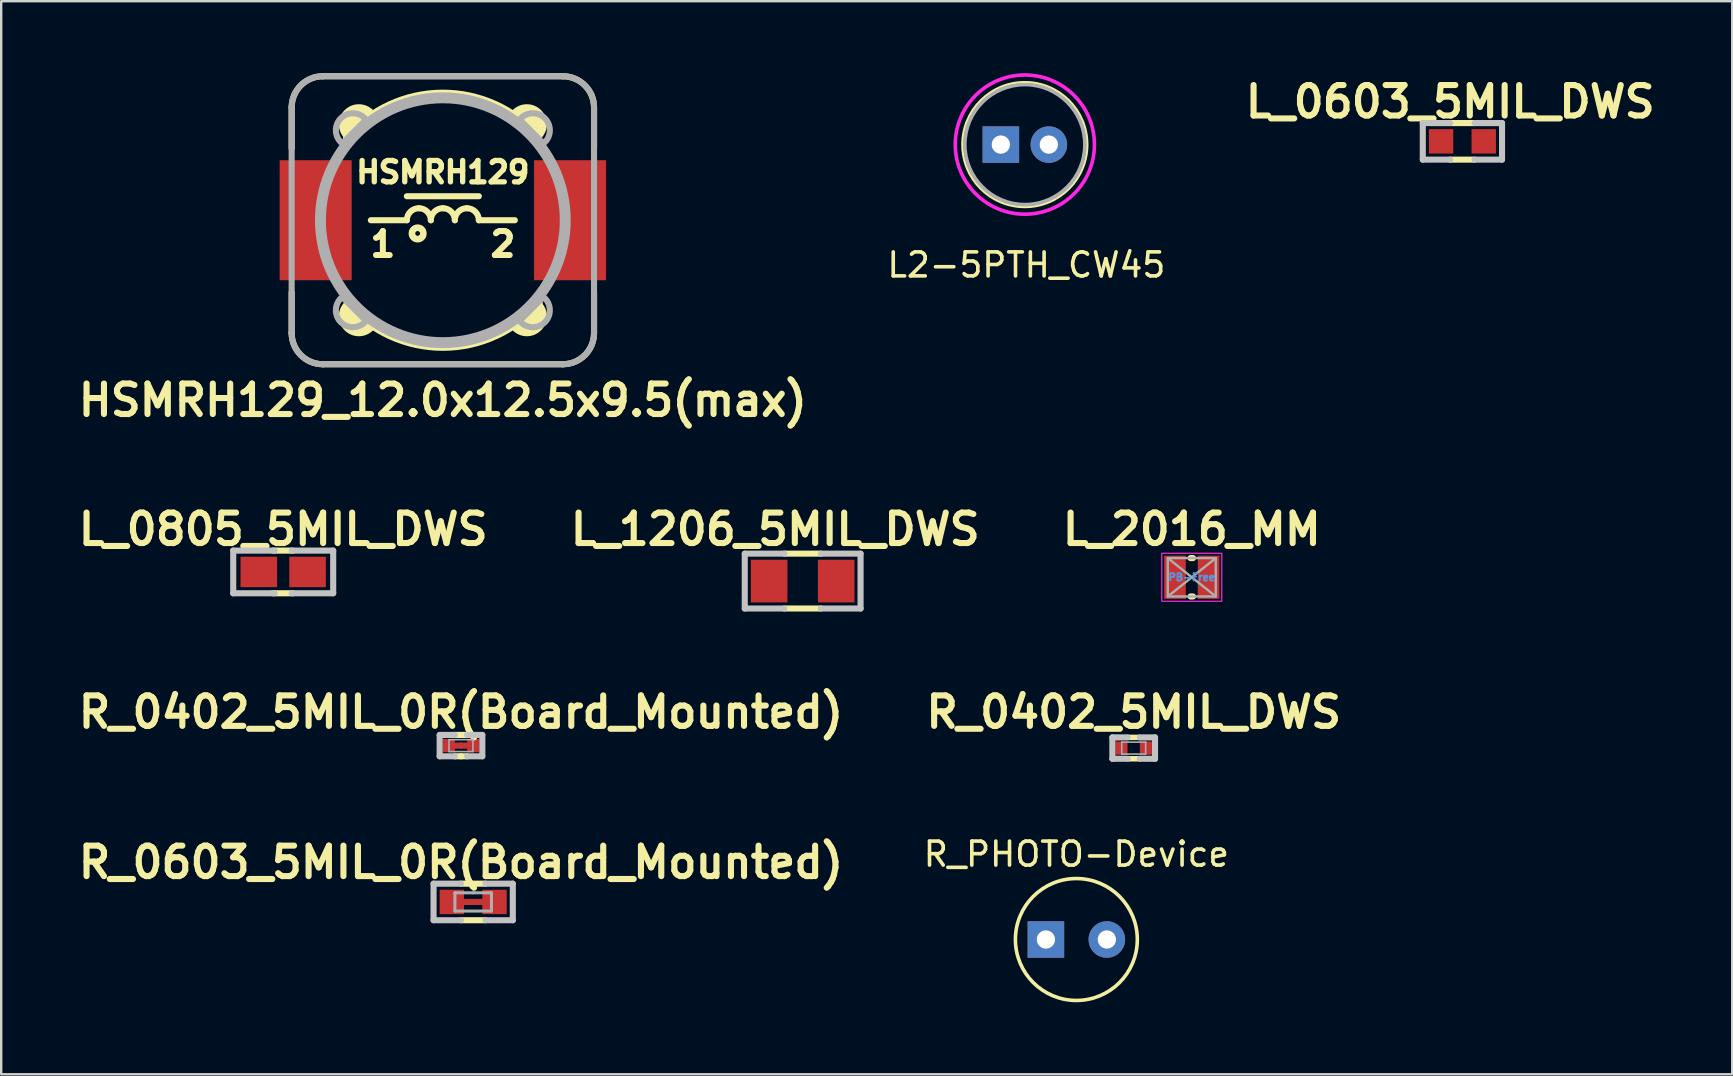
<source format=kicad_pcb>
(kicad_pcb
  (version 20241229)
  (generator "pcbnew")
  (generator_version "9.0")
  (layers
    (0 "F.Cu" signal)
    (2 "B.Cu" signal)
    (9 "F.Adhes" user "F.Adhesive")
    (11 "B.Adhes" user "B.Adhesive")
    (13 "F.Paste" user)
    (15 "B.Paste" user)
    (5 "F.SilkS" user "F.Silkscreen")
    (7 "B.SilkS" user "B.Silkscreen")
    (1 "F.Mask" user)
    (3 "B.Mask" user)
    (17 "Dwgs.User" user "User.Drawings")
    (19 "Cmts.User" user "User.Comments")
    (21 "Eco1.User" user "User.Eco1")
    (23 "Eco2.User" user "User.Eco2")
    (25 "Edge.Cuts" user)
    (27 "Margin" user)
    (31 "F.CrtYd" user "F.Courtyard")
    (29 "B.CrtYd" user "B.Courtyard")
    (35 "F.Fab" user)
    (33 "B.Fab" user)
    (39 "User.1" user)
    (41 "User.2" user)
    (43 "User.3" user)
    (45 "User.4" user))
  (footprint "R_0603_5MIL_0R(Board_Mounted)"
    (layer "F.Cu")
    (at 16.667 34.533)
    (property "Reference" "R_0603_5MIL_0R(Board_Mounted)" (at -0.508 -1.651 0) (layer "F.SilkS") (effects (font (size 1.27 1.27) (thickness 0.254))))
    (attr smd)
    (fp_line (start -0.508 -0.762) (end 0.508 -0.762) (stroke (width 0.254) (type solid)) (layer "F.SilkS"))
    (fp_line (start -0.508 0.762) (end 0.508 0.762) (stroke (width 0.254) (type solid)) (layer "F.SilkS"))
    (fp_line (start -1.651 -0.762) (end -1.651 0.762) (stroke (width 0.254) (type solid)) (layer "Dwgs.User"))
    (fp_line (start -1.651 0.762) (end -0.508 0.762) (stroke (width 0.254) (type solid)) (layer "Dwgs.User"))
    (fp_line (start -0.508 -0.762) (end -1.651 -0.762) (stroke (width 0.254) (type solid)) (layer "Dwgs.User"))
    (fp_line (start 0.508 -0.762) (end 1.651 -0.762) (stroke (width 0.254) (type solid)) (layer "Dwgs.User"))
    (fp_line (start 1.651 -0.762) (end 1.651 0.762) (stroke (width 0.254) (type solid)) (layer "Dwgs.User"))
    (fp_line (start 1.651 0.762) (end 0.508 0.762) (stroke (width 0.254) (type solid)) (layer "Dwgs.User"))
    (fp_line (start -0.762 -0.381) (end -0.762 0.381) (stroke (width 0.127) (type solid)) (layer "F.Fab"))
    (fp_line (start -0.762 0.381) (end 0.762 0.381) (stroke (width 0.127) (type solid)) (layer "F.Fab"))
    (fp_line (start 0 -0.381) (end -0.762 -0.381) (stroke (width 0.127) (type solid)) (layer "F.Fab"))
    (fp_line (start 0.762 -0.381) (end 0 -0.381) (stroke (width 0.127) (type solid)) (layer "F.Fab"))
    (fp_line (start 0.762 0.381) (end 0.762 -0.381) (stroke (width 0.127) (type solid)) (layer "F.Fab"))
    (pad "1" smd rect (at -0.889 0) (size 1.016 1.016) (layers "F.Cu" "F.Mask" "F.Paste"))
    (pad "1" smd rect (at -0.2 0) (size 0.508 0.254) (layers "F.Cu" "F.Mask"))
    (pad "2" smd rect (at 0.2 0) (size 0.508 0.254) (layers "F.Cu" "F.Mask"))
    (pad "2" smd rect (at 0.889 0) (size 1.016 1.016) (layers "F.Cu" "F.Mask" "F.Paste")))
  (footprint "L_1206_5MIL_DWS"
    (layer "F.Cu")
    (at 30.396 21.163)
    (property "Reference" "L_1206_5MIL_DWS" (at -1.143 -2.159 0) (layer "F.SilkS") (effects (font (size 1.27 1.27) (thickness 0.254))))
    (attr smd)
    (fp_line (start 0.762 -1.143) (end -0.762 -1.143) (stroke (width 0.254) (type solid)) (layer "F.SilkS"))
    (fp_line (start 0.762 1.143) (end -0.762 1.143) (stroke (width 0.254) (type solid)) (layer "F.SilkS"))
    (fp_line (start -2.413 -1.143) (end -2.413 1.143) (stroke (width 0.254) (type solid)) (layer "Dwgs.User"))
    (fp_line (start -2.413 1.143) (end -0.762 1.143) (stroke (width 0.254) (type solid)) (layer "Dwgs.User"))
    (fp_line (start -0.762 -1.143) (end -2.413 -1.143) (stroke (width 0.254) (type solid)) (layer "Dwgs.User"))
    (fp_line (start 0.762 -1.143) (end 2.413 -1.143) (stroke (width 0.254) (type solid)) (layer "Dwgs.User"))
    (fp_line (start 2.413 -1.143) (end 2.413 1.143) (stroke (width 0.254) (type solid)) (layer "Dwgs.User"))
    (fp_line (start 2.413 1.143) (end 0.762 1.143) (stroke (width 0.254) (type solid)) (layer "Dwgs.User"))
    (pad "1" smd rect (at -1.397 0) (size 1.524 1.778) (layers "F.Cu" "F.Mask" "F.Paste"))
    (pad "2" smd rect (at 1.397 0) (size 1.524 1.778) (layers "F.Cu" "F.Mask" "F.Paste")))
  (footprint "HSMRH129_12.0x12.5x9.5(max)"
    (layer "F.Cu")
    (at 15.403 6.127)
    (property "Reference" "HSMRH129_12.0x12.5x9.5(max)" (at 0 7.5 0) (layer "F.SilkS") (effects (font (size 1.27 1.27) (thickness 0.254))))
    (attr smd)
    (fp_line (start -6.3 -3) (end -6.3 -4.7) (stroke (width 0.254) (type solid)) (layer "F.SilkS"))
    (fp_line (start -6.3 4.7) (end -6.3 3) (stroke (width 0.254) (type solid)) (layer "F.SilkS"))
    (fp_line (start -5 -6) (end 5 -6) (stroke (width 0.254) (type solid)) (layer "F.SilkS"))
    (fp_line (start -1.5 -1) (end 1.5 -1) (stroke (width 0.254) (type solid)) (layer "F.SilkS"))
    (fp_line (start -1.5 0) (end -3 0) (stroke (width 0.254) (type solid)) (layer "F.SilkS"))
    (fp_line (start 1.5 0) (end 3 0) (stroke (width 0.254) (type solid)) (layer "F.SilkS"))
    (fp_line (start 5 6) (end -5 6) (stroke (width 0.254) (type solid)) (layer "F.SilkS"))
    (fp_line (start 6.3 -4.7) (end 6.3 -3) (stroke (width 0.254) (type solid)) (layer "F.SilkS"))
    (fp_line (start 6.3 3) (end 6.3 4.7) (stroke (width 0.254) (type solid)) (layer "F.SilkS"))
    (fp_arc (start -6.3 -4.7) (mid -5.919239 -5.619239) (end -5 -6) (stroke (width 0.254) (type solid)) (layer "F.SilkS"))
    (fp_arc (start -5 6) (mid -5.919239 5.619239) (end -6.3 4.7) (stroke (width 0.254) (type solid)) (layer "F.SilkS"))
    (fp_arc (start -4.035504 -3.459004) (mid -0.027116 -5.315004) (end 4 -3.5) (stroke (width 0.254) (type solid)) (layer "F.SilkS"))
    (fp_arc (start -4.035504 -3.259004) (mid -0.027116 -5.115004) (end 4 -3.3) (stroke (width 0.254) (type solid)) (layer "F.SilkS"))
    (fp_arc (start -3.999999 -3.500001) (mid -3.999999 -4.499999) (end -3.000001 -4.499999) (stroke (width 0.254) (type solid)) (layer "F.SilkS"))
    (fp_arc (start -3.000001 4.499999) (mid -3.999999 4.499999) (end -3.999999 3.500001) (stroke (width 0.254) (type solid)) (layer "F.SilkS"))
    (fp_arc (start -1.5 0) (mid -1.353553 -0.353553) (end -1 -0.5) (stroke (width 0.254) (type solid)) (layer "F.SilkS"))
    (fp_arc (start -1 -0.5) (mid -0.646447 -0.353553) (end -0.5 0) (stroke (width 0.254) (type solid)) (layer "F.SilkS"))
    (fp_arc (start -0.5 0) (mid -0.353553 -0.353553) (end 0 -0.5) (stroke (width 0.254) (type solid)) (layer "F.SilkS"))
    (fp_arc (start 0 -0.5) (mid 0.353553 -0.353553) (end 0.5 0) (stroke (width 0.254) (type solid)) (layer "F.SilkS"))
    (fp_arc (start 0.5 0) (mid 0.646447 -0.353553) (end 1 -0.5) (stroke (width 0.254) (type solid)) (layer "F.SilkS"))
    (fp_arc (start 1 -0.5) (mid 1.353553 -0.353553) (end 1.5 0) (stroke (width 0.254) (type solid)) (layer "F.SilkS"))
    (fp_arc (start 3.000001 -4.499999) (mid 3.999999 -4.499999) (end 3.999999 -3.500001) (stroke (width 0.254) (type solid)) (layer "F.SilkS"))
    (fp_arc (start 3.999999 3.500001) (mid 3.999999 4.499999) (end 3.000001 4.499999) (stroke (width 0.254) (type solid)) (layer "F.SilkS"))
    (fp_arc (start 4.035504 3.259004) (mid 0.027116 5.115004) (end -4 3.3) (stroke (width 0.254) (type solid)) (layer "F.SilkS"))
    (fp_arc (start 4.035504 3.459004) (mid 0.027116 5.315004) (end -4 3.5) (stroke (width 0.254) (type solid)) (layer "F.SilkS"))
    (fp_arc (start 5 -6) (mid 5.919239 -5.619239) (end 6.3 -4.7) (stroke (width 0.254) (type solid)) (layer "F.SilkS"))
    (fp_arc (start 6.3 4.7) (mid 5.919239 5.619239) (end 5 6) (stroke (width 0.254) (type solid)) (layer "F.SilkS"))
    (fp_circle (center -1.05 0.55) (end -0.95 0.55) (stroke (width 0.254) (type solid)) (fill no) (layer "F.SilkS"))
    (fp_circle (center -1.05 0.55) (end -0.8 0.55) (stroke (width 0.254) (type solid)) (fill no) (layer "F.SilkS"))
    (fp_poly (pts (xy -4 4.4) (xy -4.2 4) (xy -4 3.55) (xy -3 4.45) (xy -3.4 4.6) (xy -3.8 4.6)) (stroke (width 0.25) (type solid)) (fill yes) (layer "F.SilkS"))
    (fp_poly (pts (xy -3 -4.4) (xy -4 -3.6) (xy -4.2 -4) (xy -4 -4.4) (xy -3.6 -4.6) (xy -3.4 -4.6)) (stroke (width 0.25) (type solid)) (fill yes) (layer "F.SilkS"))
    (fp_poly (pts (xy 3 4.4) (xy 4 3.6) (xy 4.2 4) (xy 4 4.4) (xy 3.6 4.6) (xy 3.4 4.6)) (stroke (width 0.25) (type solid)) (fill yes) (layer "F.SilkS"))
    (fp_poly (pts (xy 4 -4.4) (xy 4.2 -4) (xy 4 -3.55) (xy 3 -4.45) (xy 3.4 -4.6) (xy 3.8 -4.6)) (stroke (width 0.25) (type solid)) (fill yes) (layer "F.SilkS"))
    (fp_line (start -6.3 4.7) (end -6.3 -4.7) (stroke (width 0.254) (type solid)) (layer "F.Fab"))
    (fp_line (start -5 -6) (end 5 -6) (stroke (width 0.254) (type solid)) (layer "F.Fab"))
    (fp_line (start 5 6) (end -5 6) (stroke (width 0.254) (type solid)) (layer "F.Fab"))
    (fp_line (start 6.3 -4.7) (end 6.3 4.7) (stroke (width 0.254) (type solid)) (layer "F.Fab"))
    (fp_arc (start -6.3 -4.7) (mid -5.919239 -5.619239) (end -5 -6) (stroke (width 0.254) (type solid)) (layer "F.Fab"))
    (fp_arc (start -5 6) (mid -5.919239 5.619239) (end -6.3 4.7) (stroke (width 0.254) (type solid)) (layer "F.Fab"))
    (fp_arc (start -4.25 -3.25) (mid -4.25 -4.25) (end -3.25 -4.25) (stroke (width 0.254) (type solid)) (layer "F.Fab"))
    (fp_arc (start -3.25 4.25) (mid -4.25 4.25) (end -4.25 3.25) (stroke (width 0.254) (type solid)) (layer "F.Fab"))
    (fp_arc (start 3.25 -4.25) (mid 4.25 -4.25) (end 4.25 -3.25) (stroke (width 0.254) (type solid)) (layer "F.Fab"))
    (fp_arc (start 4.25 3.25) (mid 4.25 4.25) (end 3.25 4.25) (stroke (width 0.254) (type solid)) (layer "F.Fab"))
    (fp_arc (start 5 -6) (mid 5.919239 -5.619239) (end 6.3 -4.7) (stroke (width 0.254) (type solid)) (layer "F.Fab"))
    (fp_arc (start 6.3 4.7) (mid 5.919239 5.619239) (end 5 6) (stroke (width 0.254) (type solid)) (layer "F.Fab"))
    (fp_circle (center 0 0) (end 5 0) (stroke (width 0.254) (type solid)) (fill no) (layer "F.Fab"))
    (fp_circle (center 0 0) (end 5.2 0) (stroke (width 0.254) (type solid)) (fill no) (layer "F.Fab"))
    (fp_poly (pts (xy -4.25 3.25) (xy -4.5 3.75) (xy -4.25 4.25) (xy -3.75 4.5) (xy -3.25 4.25)) (stroke (width 0.1) (type solid)) (fill no) (layer "F.Fab"))
    (fp_poly (pts (xy -3.25 -4.25) (xy -3.75 -4.5) (xy -4.25 -4.25) (xy -4.5 -3.75) (xy -4.25 -3.25)) (stroke (width 0.1) (type solid)) (fill no) (layer "F.Fab"))
    (fp_poly (pts (xy 3.25 -4.25) (xy 3.75 -4.5) (xy 4.25 -4.25) (xy 4.5 -3.75) (xy 4.25 -3.25)) (stroke (width 0.1) (type solid)) (fill no) (layer "F.Fab"))
    (fp_poly (pts (xy 3.25 4.25) (xy 3.75 4.5) (xy 4.25 4.25) (xy 4.5 3.75) (xy 4.25 3.25)) (stroke (width 0.1) (type solid)) (fill no) (layer "F.Fab"))
    (fp_text user "HSMRH129" (at 0 -2 180) (layer "F.SilkS") (effects (font (size 0.889 0.889) (thickness 0.222))))
    (fp_text user "2" (at 2.5 1 0) (layer "F.SilkS") (effects (font (size 1 1) (thickness 0.25))))
    (fp_text user "1" (at -2.5 1 0) (layer "F.SilkS") (effects (font (size 1 1) (thickness 0.25))))
    (pad "" smd rect (at -5.3 0) (size 3.254 5.254) (layers "F.Paste"))
    (pad "" smd rect (at 5.3 0) (size 3.254 5.254) (layers "F.Paste"))
    (pad "1" smd rect (at -5.3 0) (size 3 5) (layers "F.Cu" "F.Mask"))
    (pad "2" smd rect (at 5.3 0) (size 3 5) (layers "F.Cu" "F.Mask")))
  (footprint "R_0402_5MIL_0R(Board_Mounted)"
    (layer "F.Cu")
    (at 16.159 28.019)
    (property "Reference" "R_0402_5MIL_0R(Board_Mounted)" (at 0 -1.397 0) (layer "F.SilkS") (effects (font (size 1.27 1.27) (thickness 0.254))))
    (attr smd)
    (fp_line (start 0 -0.445) (end -0.254 -0.445) (stroke (width 0.254) (type solid)) (layer "F.SilkS"))
    (fp_line (start 0 -0.445) (end 0.254 -0.445) (stroke (width 0.254) (type solid)) (layer "F.SilkS"))
    (fp_line (start 0 0.445) (end -0.254 0.445) (stroke (width 0.254) (type solid)) (layer "F.SilkS"))
    (fp_line (start 0 0.445) (end 0.254 0.445) (stroke (width 0.254) (type solid)) (layer "F.SilkS"))
    (fp_line (start -0.889 -0.445) (end -0.889 0.445) (stroke (width 0.254) (type solid)) (layer "Dwgs.User"))
    (fp_line (start -0.889 0.445) (end -0.254 0.445) (stroke (width 0.254) (type solid)) (layer "Dwgs.User"))
    (fp_line (start -0.254 -0.445) (end -0.889 -0.445) (stroke (width 0.254) (type solid)) (layer "Dwgs.User"))
    (fp_line (start 0.254 -0.445) (end 0.889 -0.445) (stroke (width 0.254) (type solid)) (layer "Dwgs.User"))
    (fp_line (start 0.889 -0.445) (end 0.889 0.445) (stroke (width 0.254) (type solid)) (layer "Dwgs.User"))
    (fp_line (start 0.889 0.445) (end 0.254 0.445) (stroke (width 0.254) (type solid)) (layer "Dwgs.User"))
    (fp_line (start -0.498 -0.249) (end 0.498 -0.249) (stroke (width 0.066) (type solid)) (layer "F.Fab"))
    (fp_line (start -0.498 0.249) (end -0.498 -0.249) (stroke (width 0.066) (type solid)) (layer "F.Fab"))
    (fp_line (start -0.498 0.249) (end 0.498 0.249) (stroke (width 0.066) (type solid)) (layer "F.Fab"))
    (fp_line (start 0.498 0.249) (end 0.498 -0.249) (stroke (width 0.066) (type solid)) (layer "F.Fab"))
    (pad "1" smd rect (at -0.508 0 180) (size 0.5 0.55) (layers "F.Cu" "F.Mask" "F.Paste"))
    (pad "1" smd rect (at -0.2 0 180) (size 0.508 0.254) (layers "F.Cu" "F.Mask"))
    (pad "2" smd rect (at 0.2 0) (size 0.508 0.254) (layers "F.Cu" "F.Mask"))
    (pad "2" smd rect (at 0.508 0) (size 0.5 0.55) (layers "F.Cu" "F.Mask" "F.Paste")))
  (footprint "L_0805_5MIL_DWS"
    (layer "F.Cu")
    (at 8.751 20.782)
    (property "Reference" "L_0805_5MIL_DWS" (at 0 -1.778 0) (layer "F.SilkS") (effects (font (size 1.27 1.27) (thickness 0.254))))
    (attr smd)
    (fp_line (start -0.432 -0.889) (end 0.406 -0.889) (stroke (width 0.254) (type solid)) (layer "F.SilkS"))
    (fp_line (start -0.432 0.889) (end 0.406 0.889) (stroke (width 0.254) (type solid)) (layer "F.SilkS"))
    (fp_line (start -2.083 -0.889) (end -2.083 0.889) (stroke (width 0.254) (type solid)) (layer "Dwgs.User"))
    (fp_line (start -2.083 0.889) (end -0.356 0.889) (stroke (width 0.254) (type solid)) (layer "Dwgs.User"))
    (fp_line (start -0.356 -0.889) (end -2.083 -0.889) (stroke (width 0.254) (type solid)) (layer "Dwgs.User"))
    (fp_line (start 0.356 0.889) (end 2.083 0.889) (stroke (width 0.254) (type solid)) (layer "Dwgs.User"))
    (fp_line (start 2.083 -0.889) (end 0.356 -0.889) (stroke (width 0.254) (type solid)) (layer "Dwgs.User"))
    (fp_line (start 2.083 -0.889) (end 2.083 0.889) (stroke (width 0.254) (type solid)) (layer "Dwgs.User"))
    (pad "1" smd rect (at -1.016 0) (size 1.524 1.27) (layers "F.Cu" "F.Mask" "F.Paste"))
    (pad "2" smd rect (at 1.016 0) (size 1.524 1.27) (layers "F.Cu" "F.Mask" "F.Paste")))
  (footprint "L2-5PTH_CW45"
    (layer "F.Cu")
    (at 39.654 2.975)
    (property "Reference" "L2-5PTH_CW45" (at 0.064 5.016 0) (layer "F.SilkS") (effects (font (size 1 1) (thickness 0.15))))
    (attr through_hole)
    (fp_circle (center 0 0) (end -2.6 -0.064) (stroke (width 0.1) (type solid)) (fill no) (layer "F.SilkS"))
    (fp_circle (center 0 0) (end -2.9 0) (stroke (width 0.15) (type solid)) (fill no) (layer "F.CrtYd"))
    (fp_circle (center 0 0) (end -2.5 0) (stroke (width 0.15) (type solid)) (fill no) (layer "F.Fab"))
    (pad "1" thru_hole rect (at -1 0) (size 1.524 1.524) (drill 0.762) (layers "*.Cu" "*.Mask"))
    (pad "2" thru_hole circle (at 1 0) (size 1.524 1.524) (drill 0.762) (layers "*.Cu" "*.Mask")))
  (footprint "R_PHOTO-Device"
    (layer "F.Cu")
    (at 41.801 36.098)
    (property "Reference" "R_PHOTO-Device" (at 0 -3.556 0) (layer "F.SilkS") (effects (font (size 1 1) (thickness 0.15))))
    (attr through_hole)
    (fp_circle (center 0 0) (end 2.54 0) (stroke (width 0.15) (type solid)) (fill no) (layer "F.SilkS"))
    (pad "1" thru_hole rect (at -1.27 0) (size 1.524 1.524) (drill 0.762) (layers "*.Cu" "*.Mask"))
    (pad "2" thru_hole circle (at 1.27 0) (size 1.524 1.524) (drill 0.762) (layers "*.Cu" "*.Mask")))
  (footprint "L_0603_5MIL_DWS"
    (layer "F.Cu")
    (at 57.887 2.84)
    (property "Reference" "L_0603_5MIL_DWS" (at -0.508 -1.651 0) (layer "F.SilkS") (effects (font (size 1.27 1.27) (thickness 0.254))))
    (attr smd)
    (fp_line (start -0.508 -0.762) (end 0.508 -0.762) (stroke (width 0.254) (type solid)) (layer "F.SilkS"))
    (fp_line (start -0.508 0.762) (end 0.508 0.762) (stroke (width 0.254) (type solid)) (layer "F.SilkS"))
    (fp_line (start -1.651 -0.762) (end -1.651 0.762) (stroke (width 0.254) (type solid)) (layer "Dwgs.User"))
    (fp_line (start -1.651 0.762) (end -0.508 0.762) (stroke (width 0.254) (type solid)) (layer "Dwgs.User"))
    (fp_line (start -0.508 -0.762) (end -1.651 -0.762) (stroke (width 0.254) (type solid)) (layer "Dwgs.User"))
    (fp_line (start 0.508 -0.762) (end 1.651 -0.762) (stroke (width 0.254) (type solid)) (layer "Dwgs.User"))
    (fp_line (start 1.651 -0.762) (end 1.651 0.762) (stroke (width 0.254) (type solid)) (layer "Dwgs.User"))
    (fp_line (start 1.651 0.762) (end 0.508 0.762) (stroke (width 0.254) (type solid)) (layer "Dwgs.User"))
    (pad "1" smd rect (at -0.889 0) (size 1.016 1.016) (layers "F.Cu" "F.Mask" "F.Paste"))
    (pad "2" smd rect (at 0.889 0) (size 1.016 1.016) (layers "F.Cu" "F.Mask" "F.Paste")))
  (footprint "L_2016_MM"
    (layer "F.Cu")
    (at 46.61 21.004)
    (property "Reference" "L_2016_MM" (at 0 -2 0) (layer "F.SilkS") (effects (font (size 1.27 1.27) (thickness 0.254))))
    (attr smd)
    (fp_line (start -0.05 -0.8) (end 0.05 -0.8) (stroke (width 0.254) (type solid)) (layer "F.SilkS"))
    (fp_line (start -0.05 0.8) (end 0.05 0.8) (stroke (width 0.254) (type solid)) (layer "F.SilkS"))
    (fp_rect (start -1.25 -1) (end 1.25 1) (stroke (width 0.05) (type default)) (fill no) (layer "F.CrtYd"))
    (fp_line (start -1 -0.8) (end 1 0.8) (stroke (width 0.1) (type default)) (layer "F.Fab"))
    (fp_line (start 1 -0.8) (end -1 0.8) (stroke (width 0.1) (type default)) (layer "F.Fab"))
    (fp_rect (start -1 -0.8) (end 1 0.8) (stroke (width 0.1) (type default)) (fill no) (layer "F.Fab"))
    (fp_text user "PB-Free" (at 0 0 0) (layer "Cmts.User") (effects (font (size 0.3 0.3) (thickness 0.075))))
    (pad "" smd rect (at -0.7 0) (size 1.1 2) (layers "F.Paste"))
    (pad "" smd rect (at 0.7 0) (size 1.1 2) (layers "F.Paste"))
    (pad "1" smd rect (at -0.7 0) (size 0.9 1.8) (layers "F.Cu" "F.Mask"))
    (pad "2" smd rect (at 0.7 0) (size 0.9 1.8) (layers "F.Cu" "F.Mask")))
  (footprint "R_0402_5MIL_DWS"
    (layer "F.Cu")
    (at 44.19 28.122)
    (property "Reference" "R_0402_5MIL_DWS" (at 0 -1.5 0) (layer "F.SilkS") (effects (font (size 1.27 1.27) (thickness 0.254))))
    (attr smd)
    (fp_line (start -0.254 -0.445) (end 0.254 -0.445) (stroke (width 0.229) (type solid)) (layer "F.SilkS"))
    (fp_line (start -0.254 0.445) (end 0.254 0.445) (stroke (width 0.229) (type solid)) (layer "F.SilkS"))
    (fp_line (start -0.889 -0.445) (end -0.889 0.445) (stroke (width 0.254) (type solid)) (layer "Dwgs.User"))
    (fp_line (start -0.889 0.445) (end -0.254 0.445) (stroke (width 0.254) (type solid)) (layer "Dwgs.User"))
    (fp_line (start -0.254 -0.445) (end -0.889 -0.445) (stroke (width 0.254) (type solid)) (layer "Dwgs.User"))
    (fp_line (start 0.254 -0.445) (end 0.889 -0.445) (stroke (width 0.254) (type solid)) (layer "Dwgs.User"))
    (fp_line (start 0.889 -0.445) (end 0.889 0.445) (stroke (width 0.254) (type solid)) (layer "Dwgs.User"))
    (fp_line (start 0.889 0.445) (end 0.254 0.445) (stroke (width 0.254) (type solid)) (layer "Dwgs.User"))
    (fp_line (start -0.498 -0.249) (end 0.498 -0.249) (stroke (width 0.066) (type solid)) (layer "F.Fab"))
    (fp_line (start -0.498 0.249) (end -0.498 -0.249) (stroke (width 0.066) (type solid)) (layer "F.Fab"))
    (fp_line (start -0.498 0.249) (end 0.498 0.249) (stroke (width 0.066) (type solid)) (layer "F.Fab"))
    (fp_line (start 0.498 0.249) (end 0.498 -0.249) (stroke (width 0.066) (type solid)) (layer "F.Fab"))
    (pad "1" smd rect (at -0.508 0 180) (size 0.5 0.55) (layers "F.Cu" "F.Mask" "F.Paste"))
    (pad "2" smd rect (at 0.508 0) (size 0.5 0.55) (layers "F.Cu" "F.Mask" "F.Paste")))
  (gr_rect
    (start -3 -3)
    (end 69.13 41.713)
    (stroke (width 0.1) (type default))
    (fill no)
    (layer "Edge.Cuts")))
</source>
